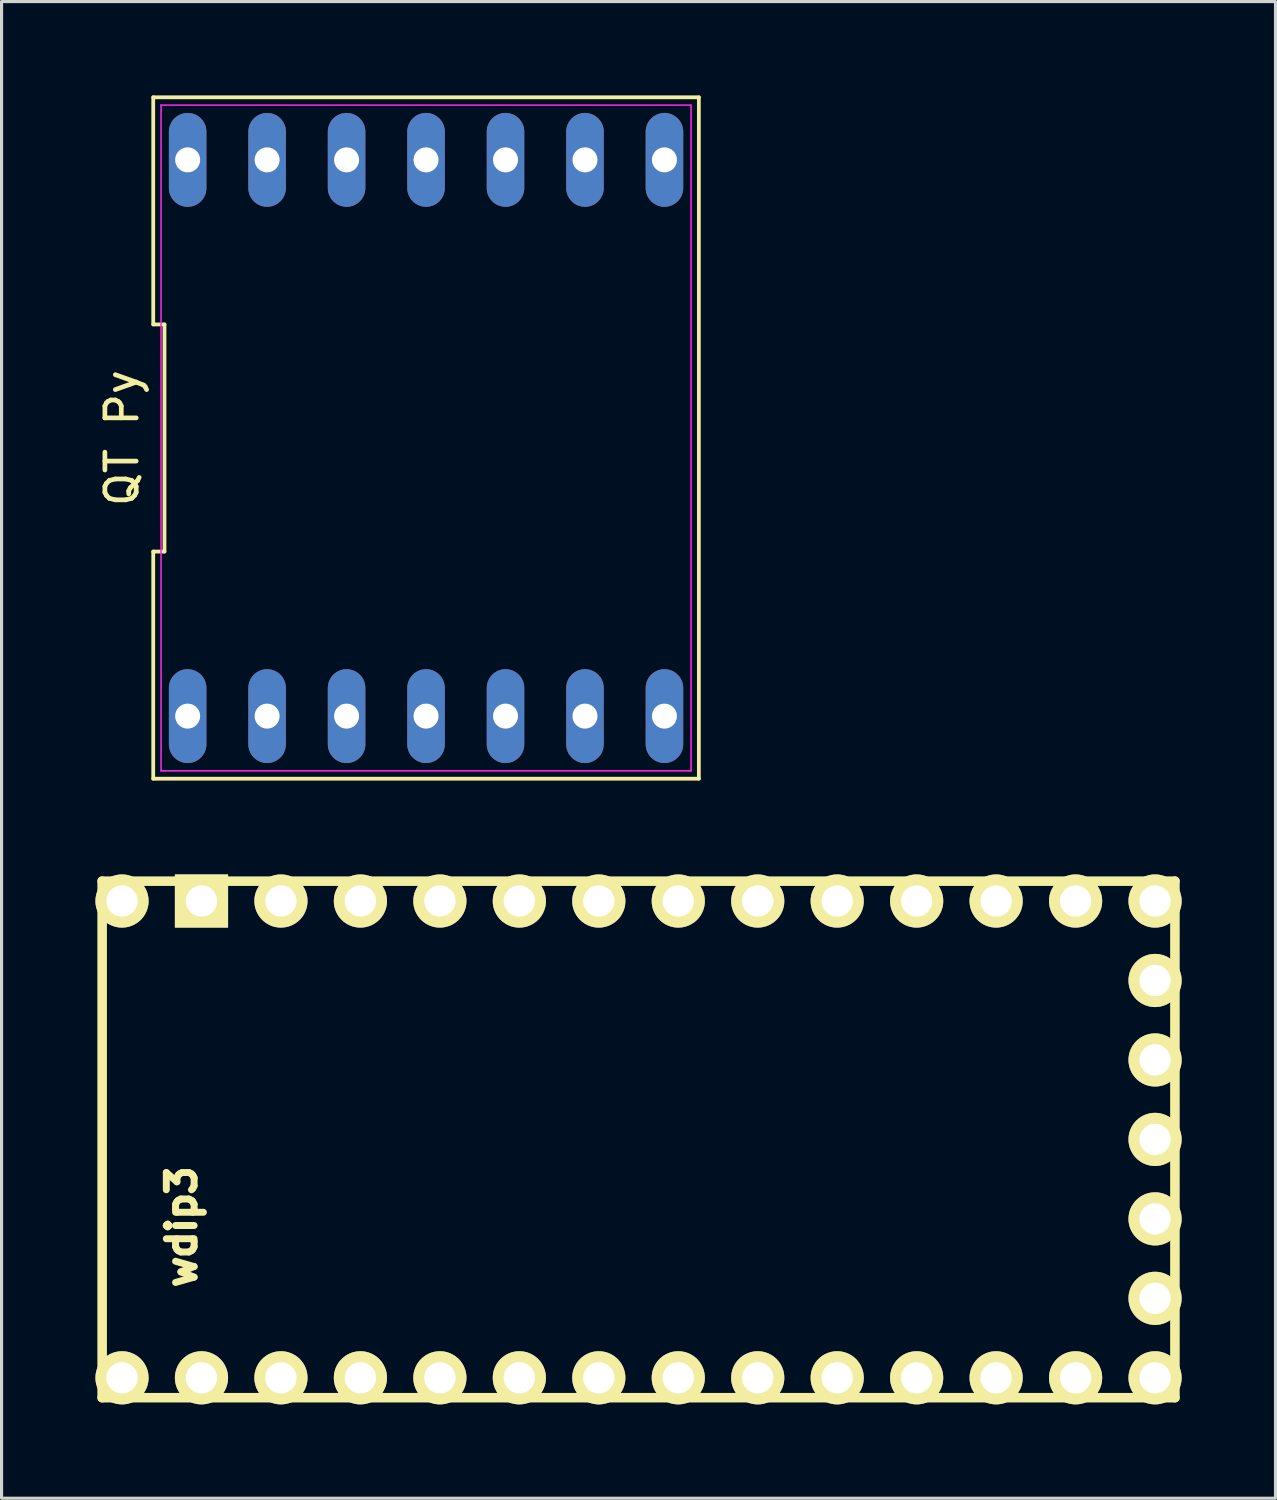
<source format=kicad_pcb>
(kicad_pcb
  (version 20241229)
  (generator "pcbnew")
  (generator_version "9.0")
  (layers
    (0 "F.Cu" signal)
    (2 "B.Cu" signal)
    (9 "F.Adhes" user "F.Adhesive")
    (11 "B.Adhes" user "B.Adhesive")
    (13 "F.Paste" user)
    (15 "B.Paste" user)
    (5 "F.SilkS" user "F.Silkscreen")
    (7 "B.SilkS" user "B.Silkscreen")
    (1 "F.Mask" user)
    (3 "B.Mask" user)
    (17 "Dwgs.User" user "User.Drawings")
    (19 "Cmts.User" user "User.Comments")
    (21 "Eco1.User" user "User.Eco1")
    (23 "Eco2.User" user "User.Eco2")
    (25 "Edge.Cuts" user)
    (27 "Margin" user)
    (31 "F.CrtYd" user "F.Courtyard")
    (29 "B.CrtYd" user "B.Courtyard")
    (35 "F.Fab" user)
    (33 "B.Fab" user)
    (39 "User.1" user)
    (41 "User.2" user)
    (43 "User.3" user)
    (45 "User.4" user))
  (footprint "QT Py"
    (layer "F.Cu")
    (at 10.568 10.95)
    (property "Reference" "QT Py" (at -9.72 0 90) (layer "F.SilkS") (effects (font (size 1 1) (thickness 0.15))))
    (fp_line (start -8.72 -10.89) (end -8.72 -3.63) (stroke (width 0.12) (type solid)) (layer "F.SilkS"))
    (fp_line (start -8.72 -3.63) (end -8.36 -3.63) (stroke (width 0.12) (type solid)) (layer "F.SilkS"))
    (fp_line (start -8.72 3.63) (end -8.72 10.89) (stroke (width 0.12) (type solid)) (layer "F.SilkS"))
    (fp_line (start -8.72 10.89) (end 8.72 10.89) (stroke (width 0.12) (type solid)) (layer "F.SilkS"))
    (fp_line (start -8.36 -3.63) (end -8.36 3.63) (stroke (width 0.12) (type solid)) (layer "F.SilkS"))
    (fp_line (start -8.36 3.63) (end -8.72 3.63) (stroke (width 0.12) (type solid)) (layer "F.SilkS"))
    (fp_line (start 8.72 -10.89) (end -8.72 -10.89) (stroke (width 0.12) (type solid)) (layer "F.SilkS"))
    (fp_line (start 8.72 10.89) (end 8.72 -10.89) (stroke (width 0.12) (type solid)) (layer "F.SilkS"))
    (fp_line (start -8.47 -10.64) (end 8.47 -10.64) (stroke (width 0.05) (type solid)) (layer "F.CrtYd"))
    (fp_line (start -8.47 10.64) (end -8.47 -10.64) (stroke (width 0.05) (type solid)) (layer "F.CrtYd"))
    (fp_line (start 8.47 -10.64) (end 8.47 10.64) (stroke (width 0.05) (type solid)) (layer "F.CrtYd"))
    (fp_line (start 8.47 10.64) (end -8.47 10.64) (stroke (width 0.05) (type solid)) (layer "F.CrtYd"))
    (pad "1" thru_hole oval (at -7.62 8.89) (size 1.2 3) (drill 0.8) (layers "*.Cu" "*.Mask"))
    (pad "2" thru_hole oval (at -5.08 8.89) (size 1.2 3) (drill 0.8) (layers "*.Cu" "*.Mask"))
    (pad "3" thru_hole oval (at -2.54 8.89) (size 1.2 3) (drill 0.8) (layers "*.Cu" "*.Mask"))
    (pad "4" thru_hole oval (at 0 8.89) (size 1.2 3) (drill 0.8) (layers "*.Cu" "*.Mask"))
    (pad "5" thru_hole oval (at 2.54 8.89) (size 1.2 3) (drill 0.8) (layers "*.Cu" "*.Mask"))
    (pad "6" thru_hole oval (at 5.08 8.89) (size 1.2 3) (drill 0.8) (layers "*.Cu" "*.Mask"))
    (pad "7" thru_hole oval (at 7.62 8.89) (size 1.2 3) (drill 0.8) (layers "*.Cu" "*.Mask"))
    (pad "8" thru_hole oval (at 7.62 -8.89) (size 1.2 3) (drill 0.8) (layers "*.Cu" "*.Mask"))
    (pad "9" thru_hole oval (at 5.08 -8.89) (size 1.2 3) (drill 0.8) (layers "*.Cu" "*.Mask"))
    (pad "10" thru_hole oval (at 2.54 -8.89) (size 1.2 3) (drill 0.8) (layers "*.Cu" "*.Mask"))
    (pad "11" thru_hole oval (at 0 -8.89) (size 1.2 3) (drill 0.8) (layers "*.Cu" "*.Mask"))
    (pad "12" thru_hole oval (at -2.54 -8.89) (size 1.2 3) (drill 0.8) (layers "*.Cu" "*.Mask"))
    (pad "13" thru_hole oval (at -5.08 -8.89) (size 1.2 3) (drill 0.8) (layers "*.Cu" "*.Mask"))
    (pad "14" thru_hole oval (at -7.62 -8.89) (size 1.2 3) (drill 0.8) (layers "*.Cu" "*.Mask")))
  (footprint "wdip3"
    (layer "F.Cu")
    (at 0.85 40.99)
    (property "Reference" "wdip3" (at 1.905 -4.826 270) (layer "F.SilkS") (effects (font (size 0.889 0.889) (thickness 0.305))))
    (attr through_hole)
    (fp_line (start -0.635 -15.875) (end -0.635 0.635) (stroke (width 0.305) (type solid)) (layer "F.SilkS"))
    (fp_line (start -0.635 0.635) (end 33.655 0.635) (stroke (width 0.305) (type solid)) (layer "F.SilkS"))
    (fp_line (start 33.655 -15.875) (end -0.635 -15.875) (stroke (width 0.305) (type solid)) (layer "F.SilkS"))
    (fp_line (start 33.655 0.635) (end 33.655 -15.875) (stroke (width 0.305) (type solid)) (layer "F.SilkS"))
    (pad "1" thru_hole circle (at 0 0) (size 1.7 1.7) (drill 1) (layers "*.Cu" "*.Mask" "F.SilkS"))
    (pad "2" thru_hole circle (at 2.54 0) (size 1.7 1.7) (drill 1) (layers "*.Cu" "*.Mask" "F.SilkS"))
    (pad "3" thru_hole circle (at 5.08 0) (size 1.7 1.7) (drill 1) (layers "*.Cu" "*.Mask" "F.SilkS"))
    (pad "4" thru_hole circle (at 7.62 0) (size 1.7 1.7) (drill 1) (layers "*.Cu" "*.Mask" "F.SilkS"))
    (pad "5" thru_hole circle (at 10.16 0) (size 1.7 1.7) (drill 1) (layers "*.Cu" "*.Mask" "F.SilkS"))
    (pad "6" thru_hole circle (at 12.7 0) (size 1.7 1.7) (drill 1) (layers "*.Cu" "*.Mask" "F.SilkS"))
    (pad "7" thru_hole circle (at 15.24 0) (size 1.7 1.7) (drill 1) (layers "*.Cu" "*.Mask" "F.SilkS"))
    (pad "8" thru_hole circle (at 17.78 0) (size 1.7 1.7) (drill 1) (layers "*.Cu" "*.Mask" "F.SilkS"))
    (pad "9" thru_hole circle (at 20.32 0) (size 1.7 1.7) (drill 1) (layers "*.Cu" "*.Mask" "F.SilkS"))
    (pad "10" thru_hole circle (at 22.86 0) (size 1.7 1.7) (drill 1) (layers "*.Cu" "*.Mask" "F.SilkS"))
    (pad "11" thru_hole circle (at 25.4 0) (size 1.7 1.7) (drill 1) (layers "*.Cu" "*.Mask" "F.SilkS"))
    (pad "12" thru_hole circle (at 27.94 0) (size 1.7 1.7) (drill 1) (layers "*.Cu" "*.Mask" "F.SilkS"))
    (pad "13" thru_hole circle (at 30.48 0) (size 1.7 1.7) (drill 1) (layers "*.Cu" "*.Mask" "F.SilkS"))
    (pad "14" thru_hole circle (at 33.02 0) (size 1.7 1.7) (drill 1) (layers "*.Cu" "*.Mask" "F.SilkS"))
    (pad "15" thru_hole circle (at 33.02 -2.54) (size 1.7 1.7) (drill 1) (layers "*.Cu" "*.Mask" "F.SilkS"))
    (pad "16" thru_hole circle (at 33.02 -5.08) (size 1.7 1.7) (drill 1) (layers "*.Cu" "*.Mask" "F.SilkS"))
    (pad "17" thru_hole circle (at 33.02 -7.62) (size 1.7 1.7) (drill 1) (layers "*.Cu" "*.Mask" "F.SilkS"))
    (pad "18" thru_hole circle (at 33.02 -10.16) (size 1.7 1.7) (drill 1) (layers "*.Cu" "*.Mask" "F.SilkS"))
    (pad "19" thru_hole circle (at 33.02 -12.7) (size 1.7 1.7) (drill 1) (layers "*.Cu" "*.Mask" "F.SilkS"))
    (pad "20" thru_hole circle (at 33.02 -15.24 180) (size 1.7 1.7) (drill 1) (layers "*.Cu" "*.Mask" "F.SilkS"))
    (pad "21" thru_hole circle (at 30.48 -15.24 180) (size 1.7 1.7) (drill 1) (layers "*.Cu" "*.Mask" "F.SilkS"))
    (pad "22" thru_hole circle (at 27.94 -15.24 180) (size 1.7 1.7) (drill 1) (layers "*.Cu" "*.Mask" "F.SilkS"))
    (pad "23" thru_hole circle (at 25.4 -15.24 180) (size 1.7 1.7) (drill 1) (layers "*.Cu" "*.Mask" "F.SilkS"))
    (pad "24" thru_hole circle (at 22.86 -15.24 180) (size 1.7 1.7) (drill 1) (layers "*.Cu" "*.Mask" "F.SilkS"))
    (pad "25" thru_hole circle (at 20.32 -15.24 180) (size 1.7 1.7) (drill 1) (layers "*.Cu" "*.Mask" "F.SilkS"))
    (pad "26" thru_hole circle (at 17.78 -15.24 180) (size 1.7 1.7) (drill 1) (layers "*.Cu" "*.Mask" "F.SilkS"))
    (pad "27" thru_hole circle (at 15.24 -15.24 180) (size 1.7 1.7) (drill 1) (layers "*.Cu" "*.Mask" "F.SilkS"))
    (pad "28" thru_hole circle (at 12.7 -15.24 180) (size 1.7 1.7) (drill 1) (layers "*.Cu" "*.Mask" "F.SilkS"))
    (pad "29" thru_hole circle (at 10.16 -15.24 180) (size 1.7 1.7) (drill 1) (layers "*.Cu" "*.Mask" "F.SilkS"))
    (pad "30" thru_hole circle (at 7.62 -15.24 180) (size 1.7 1.7) (drill 1) (layers "*.Cu" "*.Mask" "F.SilkS"))
    (pad "31" thru_hole circle (at 5.08 -15.24 180) (size 1.7 1.7) (drill 1) (layers "*.Cu" "*.Mask" "F.SilkS"))
    (pad "32" thru_hole rect (at 2.54 -15.24 180) (size 1.7 1.7) (drill 1) (layers "*.Cu" "*.Mask" "F.SilkS"))
    (pad "33" thru_hole circle (at 0 -15.24 180) (size 1.7 1.7) (drill 1) (layers "*.Cu" "*.Mask" "F.SilkS")))
  (gr_rect
    (start -3 -3)
    (end 37.72 44.84)
    (stroke (width 0.1) (type default))
    (fill no)
    (layer "Edge.Cuts")))
</source>
